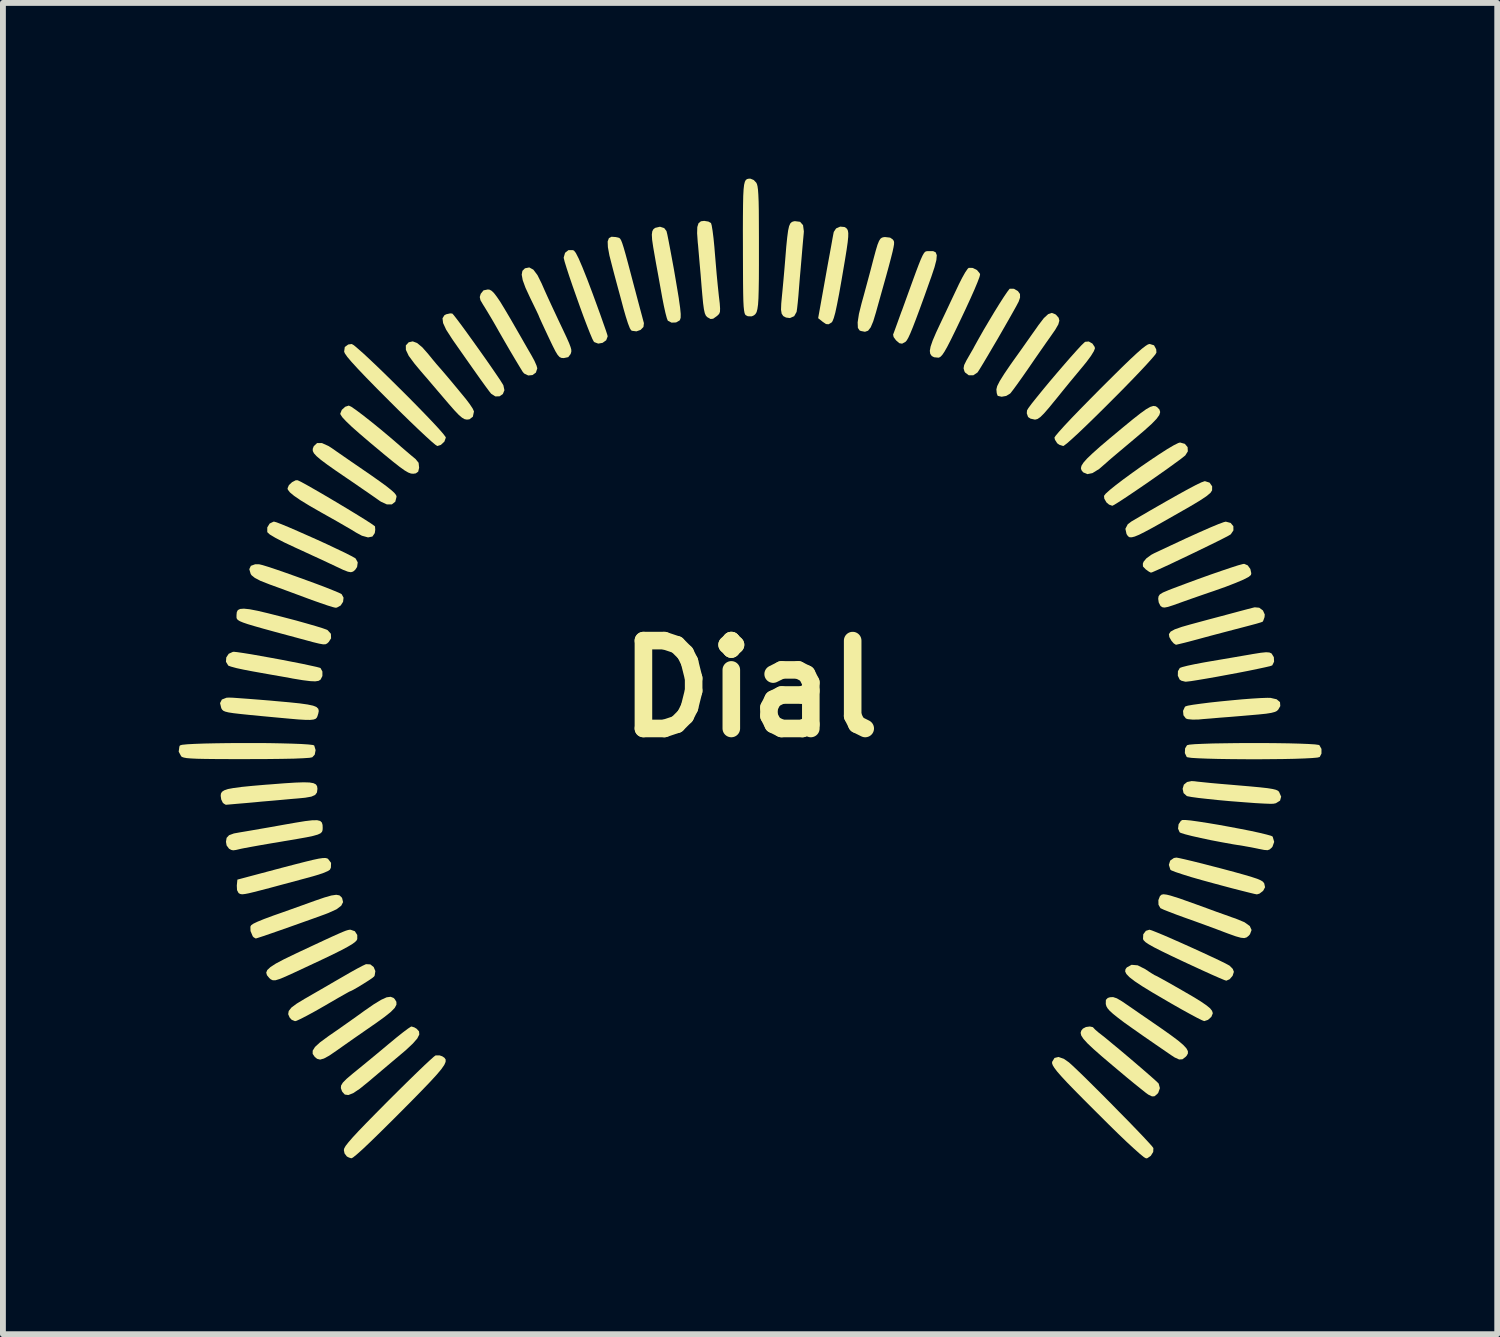
<source format=kicad_pcb>
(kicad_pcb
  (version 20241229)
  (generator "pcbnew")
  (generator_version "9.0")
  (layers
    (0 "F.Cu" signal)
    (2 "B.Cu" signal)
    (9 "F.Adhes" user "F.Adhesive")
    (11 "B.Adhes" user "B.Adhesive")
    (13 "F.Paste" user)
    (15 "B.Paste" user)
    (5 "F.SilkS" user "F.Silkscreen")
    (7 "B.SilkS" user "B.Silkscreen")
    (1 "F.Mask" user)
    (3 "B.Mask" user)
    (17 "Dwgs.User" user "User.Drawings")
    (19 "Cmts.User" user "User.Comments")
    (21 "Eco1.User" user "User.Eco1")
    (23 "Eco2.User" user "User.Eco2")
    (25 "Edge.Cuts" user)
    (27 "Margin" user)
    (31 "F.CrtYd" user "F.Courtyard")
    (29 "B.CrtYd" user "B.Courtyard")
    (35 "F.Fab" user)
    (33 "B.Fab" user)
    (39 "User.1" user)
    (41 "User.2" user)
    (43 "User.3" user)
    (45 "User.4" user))
  (footprint "Dial"
    (layer "F.Cu")
    (at 9.754 8.706)
    (property "Reference" "Dial" (at 0 0 0) (layer "F.SilkS") (effects (font (size 1.5 1.5) (thickness 0.3))))
    (attr board_only exclude_from_pos_files exclude_from_bom)
    (fp_poly (pts (xy 7.842 -3.518) (xy 7.886 -3.455) (xy 7.885 -3.386) (xy 7.857 -3.343) (xy 7.787 -3.285) (xy 7.672 -3.209) (xy 7.506 -3.11) (xy 7.501 -3.107) (xy 7.245 -2.961) (xy 7.036 -2.842) (xy 6.868 -2.748) (xy 6.737 -2.678) (xy 6.638 -2.628) (xy 6.565 -2.598) (xy 6.514 -2.585) (xy 6.479 -2.585) (xy 6.455 -2.599) (xy 6.436 -2.622) (xy 6.424 -2.643) (xy 6.405 -2.73) (xy 6.445 -2.807) (xy 6.508 -2.855) (xy 6.821 -3.038) (xy 7.086 -3.19) (xy 7.304 -3.313) (xy 7.478 -3.409) (xy 7.609 -3.478) (xy 7.7 -3.522) (xy 7.753 -3.541) (xy 7.763 -3.543)) (stroke (width 0) (type solid)) (fill yes) (layer "F.SilkS"))
    (fp_poly (pts (xy -7.219 2.896) (xy -7.205 2.904) (xy -7.153 2.972) (xy -7.156 3.054) (xy -7.173 3.089) (xy -7.212 3.114) (xy -7.295 3.149) (xy -7.407 3.185) (xy -7.465 3.202) (xy -7.76 3.282) (xy -8.003 3.347) (xy -8.199 3.4) (xy -8.353 3.44) (xy -8.47 3.47) (xy -8.557 3.491) (xy -8.619 3.503) (xy -8.661 3.508) (xy -8.688 3.507) (xy -8.706 3.502) (xy -8.721 3.494) (xy -8.732 3.487) (xy -8.758 3.438) (xy -8.762 3.36) (xy -8.752 3.258) (xy -8.008 3.06) (xy -7.778 3) (xy -7.598 2.954) (xy -7.463 2.921) (xy -7.364 2.9) (xy -7.295 2.89) (xy -7.249 2.889)) (stroke (width 0) (type solid)) (fill yes) (layer "F.SilkS"))
    (fp_poly (pts (xy -5.084 -6.404) (xy -5.059 -6.377) (xy -5.006 -6.309) (xy -4.93 -6.208) (xy -4.838 -6.082) (xy -4.736 -5.94) (xy -4.628 -5.789) (xy -4.521 -5.638) (xy -4.422 -5.496) (xy -4.335 -5.369) (xy -4.266 -5.267) (xy -4.222 -5.197) (xy -4.212 -5.179) (xy -4.194 -5.096) (xy -4.221 -5.03) (xy -4.278 -4.991) (xy -4.35 -4.99) (xy -4.421 -5.036) (xy -4.456 -5.08) (xy -4.518 -5.164) (xy -4.609 -5.29) (xy -4.73 -5.461) (xy -4.882 -5.677) (xy -5.067 -5.941) (xy -5.093 -5.98) (xy -5.189 -6.129) (xy -5.241 -6.242) (xy -5.251 -6.323) (xy -5.219 -6.375) (xy -5.187 -6.392) (xy -5.12 -6.407)) (stroke (width 0) (type solid)) (fill yes) (layer "F.SilkS"))
    (fp_poly (pts (xy 1.611 -7.881) (xy 1.637 -7.866) (xy 1.656 -7.846) (xy 1.669 -7.818) (xy 1.675 -7.776) (xy 1.674 -7.713) (xy 1.665 -7.622) (xy 1.647 -7.495) (xy 1.62 -7.327) (xy 1.583 -7.109) (xy 1.561 -6.98) (xy 1.519 -6.742) (xy 1.483 -6.557) (xy 1.454 -6.421) (xy 1.428 -6.328) (xy 1.406 -6.273) (xy 1.391 -6.252) (xy 1.338 -6.221) (xy 1.294 -6.225) (xy 1.233 -6.267) (xy 1.23 -6.27) (xy 1.161 -6.325) (xy 1.287 -7.028) (xy 1.323 -7.23) (xy 1.357 -7.414) (xy 1.386 -7.573) (xy 1.408 -7.697) (xy 1.423 -7.776) (xy 1.428 -7.798) (xy 1.467 -7.857) (xy 1.537 -7.888)) (stroke (width 0) (type solid)) (fill yes) (layer "F.SilkS"))
    (fp_poly (pts (xy 8.202 -2.83) (xy 8.248 -2.774) (xy 8.249 -2.703) (xy 8.204 -2.636) (xy 8.166 -2.613) (xy 8.084 -2.57) (xy 7.967 -2.511) (xy 7.824 -2.441) (xy 7.664 -2.363) (xy 7.496 -2.282) (xy 7.33 -2.203) (xy 7.174 -2.129) (xy 7.038 -2.066) (xy 6.931 -2.018) (xy 6.862 -1.988) (xy 6.84 -1.982) (xy 6.806 -1.999) (xy 6.752 -2.038) (xy 6.705 -2.087) (xy 6.703 -2.135) (xy 6.716 -2.169) (xy 6.764 -2.226) (xy 6.848 -2.287) (xy 6.895 -2.312) (xy 7.191 -2.451) (xy 7.452 -2.573) (xy 7.676 -2.674) (xy 7.858 -2.754) (xy 7.995 -2.811) (xy 8.085 -2.844) (xy 8.119 -2.852)) (stroke (width 0) (type solid)) (fill yes) (layer "F.SilkS"))
    (fp_poly (pts (xy -3.026 -7.486) (xy -3.006 -7.478) (xy -2.975 -7.438) (xy -2.927 -7.344) (xy -2.863 -7.195) (xy -2.781 -6.99) (xy -2.69 -6.749) (xy -2.619 -6.555) (xy -2.555 -6.379) (xy -2.502 -6.228) (xy -2.461 -6.112) (xy -2.437 -6.038) (xy -2.432 -6.014) (xy -2.457 -5.948) (xy -2.519 -5.904) (xy -2.593 -5.891) (xy -2.659 -5.916) (xy -2.669 -5.926) (xy -2.693 -5.971) (xy -2.732 -6.063) (xy -2.783 -6.192) (xy -2.842 -6.347) (xy -2.905 -6.52) (xy -2.969 -6.7) (xy -3.031 -6.876) (xy -3.087 -7.04) (xy -3.133 -7.181) (xy -3.166 -7.288) (xy -3.182 -7.353) (xy -3.182 -7.362) (xy -3.159 -7.441) (xy -3.101 -7.487)) (stroke (width 0) (type solid)) (fill yes) (layer "F.SilkS"))
    (fp_poly (pts (xy 7.42 -4.18) (xy 7.467 -4.124) (xy 7.471 -4.052) (xy 7.427 -3.982) (xy 7.423 -3.979) (xy 7.354 -3.924) (xy 7.25 -3.848) (xy 7.122 -3.755) (xy 6.977 -3.653) (xy 6.823 -3.545) (xy 6.669 -3.439) (xy 6.523 -3.34) (xy 6.393 -3.253) (xy 6.287 -3.184) (xy 6.214 -3.139) (xy 6.182 -3.123) (xy 6.126 -3.143) (xy 6.082 -3.18) (xy 6.045 -3.244) (xy 6.04 -3.292) (xy 6.068 -3.329) (xy 6.139 -3.393) (xy 6.243 -3.477) (xy 6.373 -3.576) (xy 6.521 -3.684) (xy 6.678 -3.796) (xy 6.835 -3.904) (xy 6.985 -4.004) (xy 7.119 -4.09) (xy 7.229 -4.155) (xy 7.307 -4.194) (xy 7.338 -4.203)) (stroke (width 0) (type solid)) (fill yes) (layer "F.SilkS"))
    (fp_poly (pts (xy -7.667 -3.532) (xy -7.575 -3.482) (xy -7.452 -3.412) (xy -7.308 -3.329) (xy -7.15 -3.236) (xy -6.989 -3.14) (xy -6.831 -3.045) (xy -6.687 -2.957) (xy -6.563 -2.88) (xy -6.47 -2.82) (xy -6.415 -2.781) (xy -6.403 -2.771) (xy -6.399 -2.713) (xy -6.407 -2.657) (xy -6.447 -2.598) (xy -6.522 -2.583) (xy -6.627 -2.612) (xy -6.727 -2.666) (xy -6.798 -2.71) (xy -6.91 -2.775) (xy -7.05 -2.856) (xy -7.206 -2.944) (xy -7.311 -3.003) (xy -7.517 -3.121) (xy -7.674 -3.217) (xy -7.785 -3.293) (xy -7.856 -3.352) (xy -7.891 -3.398) (xy -7.896 -3.421) (xy -7.873 -3.475) (xy -7.819 -3.526) (xy -7.757 -3.558) (xy -7.722 -3.558)) (stroke (width 0) (type solid)) (fill yes) (layer "F.SilkS"))
    (fp_poly (pts (xy -6.087 5.277) (xy -6.066 5.298) (xy -6.038 5.344) (xy -6.037 5.392) (xy -6.066 5.447) (xy -6.132 5.515) (xy -6.238 5.6) (xy -6.39 5.71) (xy -6.444 5.747) (xy -6.601 5.856) (xy -6.761 5.967) (xy -6.909 6.071) (xy -7.028 6.155) (xy -7.059 6.177) (xy -7.185 6.263) (xy -7.275 6.312) (xy -7.34 6.33) (xy -7.391 6.317) (xy -7.43 6.286) (xy -7.467 6.233) (xy -7.467 6.178) (xy -7.427 6.114) (xy -7.341 6.035) (xy -7.206 5.936) (xy -7.191 5.925) (xy -7.056 5.832) (xy -6.894 5.718) (xy -6.726 5.599) (xy -6.583 5.496) (xy -6.421 5.384) (xy -6.297 5.309) (xy -6.205 5.267) (xy -6.137 5.258)) (stroke (width 0) (type solid)) (fill yes) (layer "F.SilkS"))
    (fp_poly (pts (xy -7.308 -4.193) (xy -7.195 -4.142) (xy -7.139 -4.106) (xy -7.059 -4.05) (xy -6.945 -3.971) (xy -6.812 -3.879) (xy -6.675 -3.785) (xy -6.474 -3.647) (xy -6.318 -3.537) (xy -6.202 -3.452) (xy -6.121 -3.387) (xy -6.07 -3.34) (xy -6.043 -3.305) (xy -6.035 -3.279) (xy -6.057 -3.192) (xy -6.115 -3.147) (xy -6.2 -3.146) (xy -6.302 -3.193) (xy -6.322 -3.206) (xy -6.387 -3.252) (xy -6.489 -3.323) (xy -6.62 -3.413) (xy -6.766 -3.514) (xy -6.872 -3.586) (xy -7.067 -3.719) (xy -7.216 -3.824) (xy -7.326 -3.906) (xy -7.4 -3.969) (xy -7.445 -4.018) (xy -7.465 -4.058) (xy -7.466 -4.094) (xy -7.452 -4.132) (xy -7.446 -4.143) (xy -7.391 -4.194)) (stroke (width 0) (type solid)) (fill yes) (layer "F.SilkS"))
    (fp_poly (pts (xy -7.01 3.527) (xy -6.975 3.558) (xy -6.964 3.575) (xy -6.948 3.642) (xy -6.98 3.704) (xy -7.061 3.765) (xy -7.198 3.827) (xy -7.252 3.848) (xy -7.448 3.919) (xy -7.647 3.99) (xy -7.841 4.059) (xy -8.02 4.122) (xy -8.178 4.177) (xy -8.306 4.221) (xy -8.395 4.25) (xy -8.437 4.263) (xy -8.439 4.263) (xy -8.474 4.243) (xy -8.49 4.226) (xy -8.528 4.136) (xy -8.53 4.061) (xy -8.518 4.038) (xy -8.479 4.01) (xy -8.408 3.976) (xy -8.298 3.931) (xy -8.142 3.873) (xy -8.016 3.829) (xy -7.853 3.771) (xy -7.666 3.704) (xy -7.488 3.64) (xy -7.433 3.62) (xy -7.267 3.563) (xy -7.148 3.529) (xy -7.065 3.517)) (stroke (width 0) (type solid)) (fill yes) (layer "F.SilkS"))
    (fp_poly (pts (xy -6.809 -4.814) (xy -6.729 -4.759) (xy -6.617 -4.675) (xy -6.478 -4.566) (xy -6.32 -4.438) (xy -6.148 -4.294) (xy -5.969 -4.14) (xy -5.962 -4.133) (xy -5.866 -4.051) (xy -5.779 -3.977) (xy -5.717 -3.926) (xy -5.712 -3.922) (xy -5.659 -3.857) (xy -5.65 -3.772) (xy -5.666 -3.705) (xy -5.707 -3.676) (xy -5.75 -3.67) (xy -5.789 -3.673) (xy -5.837 -3.691) (xy -5.9 -3.728) (xy -5.986 -3.79) (xy -6.103 -3.882) (xy -6.258 -4.009) (xy -6.26 -4.011) (xy -6.484 -4.198) (xy -6.663 -4.351) (xy -6.801 -4.473) (xy -6.899 -4.567) (xy -6.962 -4.635) (xy -6.992 -4.681) (xy -6.996 -4.696) (xy -6.97 -4.76) (xy -6.912 -4.813) (xy -6.851 -4.833)) (stroke (width 0) (type solid)) (fill yes) (layer "F.SilkS"))
    (fp_poly (pts (xy -5.73 5.781) (xy -5.692 5.804) (xy -5.652 5.848) (xy -5.647 5.901) (xy -5.681 5.969) (xy -5.757 6.056) (xy -5.877 6.169) (xy -5.96 6.239) (xy -6.106 6.362) (xy -6.267 6.498) (xy -6.422 6.629) (xy -6.521 6.713) (xy -6.666 6.83) (xy -6.776 6.903) (xy -6.858 6.935) (xy -6.918 6.927) (xy -6.96 6.882) (xy -6.969 6.864) (xy -6.986 6.816) (xy -6.982 6.772) (xy -6.952 6.723) (xy -6.89 6.66) (xy -6.789 6.574) (xy -6.725 6.522) (xy -6.616 6.433) (xy -6.477 6.319) (xy -6.326 6.194) (xy -6.179 6.071) (xy -6.157 6.053) (xy -6.035 5.952) (xy -5.927 5.866) (xy -5.843 5.803) (xy -5.791 5.769) (xy -5.78 5.765)) (stroke (width 0) (type solid)) (fill yes) (layer "F.SilkS"))
    (fp_poly (pts (xy 6.856 4.125) (xy 6.942 4.159) (xy 7.063 4.209) (xy 7.21 4.273) (xy 7.373 4.345) (xy 7.544 4.422) (xy 7.713 4.499) (xy 7.87 4.572) (xy 8.006 4.636) (xy 8.112 4.688) (xy 8.178 4.724) (xy 8.186 4.729) (xy 8.238 4.782) (xy 8.257 4.832) (xy 8.235 4.9) (xy 8.185 4.958) (xy 8.128 4.983) (xy 8.127 4.983) (xy 8.091 4.971) (xy 8.008 4.936) (xy 7.887 4.883) (xy 7.735 4.814) (xy 7.559 4.733) (xy 7.408 4.663) (xy 7.19 4.56) (xy 7.021 4.478) (xy 6.895 4.414) (xy 6.806 4.364) (xy 6.749 4.326) (xy 6.718 4.295) (xy 6.706 4.273) (xy 6.71 4.191) (xy 6.755 4.132) (xy 6.816 4.113)) (stroke (width 0) (type solid)) (fill yes) (layer "F.SilkS"))
    (fp_poly (pts (xy 6.922 -4.822) (xy 6.949 -4.805) (xy 6.986 -4.766) (xy 6.999 -4.723) (xy 6.984 -4.672) (xy 6.937 -4.607) (xy 6.855 -4.522) (xy 6.732 -4.411) (xy 6.568 -4.272) (xy 6.429 -4.155) (xy 6.304 -4.05) (xy 6.201 -3.963) (xy 6.128 -3.901) (xy 6.095 -3.871) (xy 5.957 -3.751) (xy 5.845 -3.682) (xy 5.756 -3.663) (xy 5.686 -3.693) (xy 5.68 -3.699) (xy 5.655 -3.731) (xy 5.646 -3.765) (xy 5.656 -3.807) (xy 5.689 -3.859) (xy 5.75 -3.928) (xy 5.842 -4.016) (xy 5.968 -4.129) (xy 6.134 -4.27) (xy 6.342 -4.443) (xy 6.366 -4.463) (xy 6.533 -4.6) (xy 6.662 -4.701) (xy 6.759 -4.771) (xy 6.83 -4.811) (xy 6.882 -4.827)) (stroke (width 0) (type solid)) (fill yes) (layer "F.SilkS"))
    (fp_poly (pts (xy 8.883 0.156) (xy 8.987 0.18) (xy 9.044 0.228) (xy 9.049 0.296) (xy 9.013 0.358) (xy 8.989 0.38) (xy 8.952 0.397) (xy 8.895 0.412) (xy 8.807 0.426) (xy 8.681 0.439) (xy 8.509 0.454) (xy 8.392 0.464) (xy 8.2 0.48) (xy 8.017 0.494) (xy 7.856 0.508) (xy 7.729 0.518) (xy 7.656 0.525) (xy 7.554 0.527) (xy 7.47 0.519) (xy 7.438 0.508) (xy 7.396 0.453) (xy 7.389 0.378) (xy 7.42 0.311) (xy 7.429 0.302) (xy 7.47 0.289) (xy 7.561 0.273) (xy 7.692 0.255) (xy 7.851 0.235) (xy 8.028 0.216) (xy 8.213 0.198) (xy 8.396 0.181) (xy 8.566 0.168) (xy 8.713 0.159) (xy 8.827 0.155)) (stroke (width 0) (type solid)) (fill yes) (layer "F.SilkS"))
    (fp_poly (pts (xy -8.756 -0.625) (xy -8.653 -0.61) (xy -8.515 -0.588) (xy -8.352 -0.559) (xy -8.173 -0.527) (xy -7.989 -0.493) (xy -7.81 -0.458) (xy -7.646 -0.426) (xy -7.507 -0.396) (xy -7.402 -0.373) (xy -7.342 -0.357) (xy -7.333 -0.353) (xy -7.301 -0.294) (xy -7.301 -0.217) (xy -7.332 -0.156) (xy -7.366 -0.135) (xy -7.423 -0.126) (xy -7.51 -0.13) (xy -7.637 -0.146) (xy -7.813 -0.175) (xy -7.836 -0.18) (xy -7.986 -0.207) (xy -8.17 -0.239) (xy -8.361 -0.273) (xy -8.495 -0.297) (xy -8.641 -0.325) (xy -8.767 -0.352) (xy -8.859 -0.377) (xy -8.907 -0.394) (xy -8.908 -0.396) (xy -8.947 -0.46) (xy -8.942 -0.534) (xy -8.9 -0.597) (xy -8.83 -0.629) (xy -8.813 -0.631)) (stroke (width 0) (type solid)) (fill yes) (layer "F.SilkS"))
    (fp_poly (pts (xy -8.378 -2.124) (xy -8.321 -2.11) (xy -8.22 -2.079) (xy -8.085 -2.034) (xy -7.926 -1.979) (xy -7.752 -1.917) (xy -7.575 -1.853) (xy -7.403 -1.79) (xy -7.247 -1.731) (xy -7.117 -1.679) (xy -7.023 -1.64) (xy -6.975 -1.616) (xy -6.973 -1.615) (xy -6.94 -1.555) (xy -6.948 -1.484) (xy -6.989 -1.421) (xy -7.054 -1.385) (xy -7.08 -1.383) (xy -7.125 -1.394) (xy -7.215 -1.422) (xy -7.338 -1.464) (xy -7.482 -1.515) (xy -7.536 -1.535) (xy -7.711 -1.6) (xy -7.895 -1.668) (xy -8.066 -1.731) (xy -8.204 -1.781) (xy -8.211 -1.784) (xy -8.357 -1.841) (xy -8.453 -1.891) (xy -8.51 -1.937) (xy -8.525 -1.959) (xy -8.549 -2.041) (xy -8.522 -2.098) (xy -8.448 -2.125)) (stroke (width 0) (type solid)) (fill yes) (layer "F.SilkS"))
    (fp_poly (pts (xy -8.082 -2.84) (xy -7.994 -2.806) (xy -7.871 -2.755) (xy -7.721 -2.69) (xy -7.556 -2.617) (xy -7.383 -2.54) (xy -7.213 -2.462) (xy -7.055 -2.387) (xy -6.918 -2.322) (xy -6.812 -2.268) (xy -6.747 -2.232) (xy -6.733 -2.222) (xy -6.698 -2.157) (xy -6.709 -2.078) (xy -6.742 -2.029) (xy -6.777 -2) (xy -6.814 -1.989) (xy -6.866 -1.998) (xy -6.946 -2.029) (xy -7.067 -2.086) (xy -7.071 -2.088) (xy -7.171 -2.135) (xy -7.311 -2.201) (xy -7.477 -2.277) (xy -7.652 -2.358) (xy -7.753 -2.404) (xy -7.953 -2.498) (xy -8.102 -2.575) (xy -8.199 -2.633) (xy -8.241 -2.672) (xy -8.242 -2.674) (xy -8.242 -2.754) (xy -8.201 -2.82) (xy -8.135 -2.852) (xy -8.125 -2.852)) (stroke (width 0) (type solid)) (fill yes) (layer "F.SilkS"))
    (fp_poly (pts (xy -6.765 -5.864) (xy -6.695 -5.805) (xy -6.594 -5.716) (xy -6.47 -5.6) (xy -6.327 -5.464) (xy -6.173 -5.314) (xy -6.012 -5.155) (xy -5.85 -4.994) (xy -5.694 -4.836) (xy -5.55 -4.688) (xy -5.422 -4.554) (xy -5.317 -4.441) (xy -5.241 -4.354) (xy -5.2 -4.3) (xy -5.194 -4.287) (xy -5.219 -4.218) (xy -5.279 -4.162) (xy -5.339 -4.143) (xy -5.372 -4.164) (xy -5.441 -4.222) (xy -5.542 -4.314) (xy -5.67 -4.434) (xy -5.82 -4.578) (xy -5.987 -4.741) (xy -6.155 -4.908) (xy -6.377 -5.131) (xy -6.557 -5.315) (xy -6.698 -5.463) (xy -6.804 -5.579) (xy -6.876 -5.664) (xy -6.917 -5.723) (xy -6.93 -5.753) (xy -6.919 -5.833) (xy -6.86 -5.876) (xy -6.8 -5.884)) (stroke (width 0) (type solid)) (fill yes) (layer "F.SilkS"))
    (fp_poly (pts (xy -4.446 -6.811) (xy -4.412 -6.792) (xy -4.374 -6.756) (xy -4.327 -6.695) (xy -4.266 -6.606) (xy -4.19 -6.481) (xy -4.093 -6.317) (xy -3.972 -6.107) (xy -3.922 -6.02) (xy -3.858 -5.908) (xy -3.784 -5.779) (xy -3.735 -5.695) (xy -3.682 -5.598) (xy -3.646 -5.516) (xy -3.633 -5.469) (xy -3.657 -5.396) (xy -3.715 -5.354) (xy -3.788 -5.347) (xy -3.858 -5.381) (xy -3.884 -5.412) (xy -3.937 -5.499) (xy -4.012 -5.624) (xy -4.101 -5.774) (xy -4.195 -5.936) (xy -4.287 -6.096) (xy -4.337 -6.185) (xy -4.41 -6.311) (xy -4.481 -6.43) (xy -4.539 -6.525) (xy -4.557 -6.553) (xy -4.603 -6.631) (xy -4.615 -6.686) (xy -4.599 -6.741) (xy -4.551 -6.8) (xy -4.477 -6.815)) (stroke (width 0) (type solid)) (fill yes) (layer "F.SilkS"))
    (fp_poly (pts (xy 0.852 -7.97) (xy 0.903 -7.913) (xy 0.917 -7.807) (xy 0.914 -7.766) (xy 0.906 -7.679) (xy 0.894 -7.545) (xy 0.88 -7.379) (xy 0.864 -7.192) (xy 0.847 -6.999) (xy 0.832 -6.812) (xy 0.824 -6.71) (xy 0.813 -6.594) (xy 0.802 -6.494) (xy 0.793 -6.433) (xy 0.752 -6.359) (xy 0.679 -6.327) (xy 0.612 -6.336) (xy 0.565 -6.361) (xy 0.538 -6.402) (xy 0.527 -6.469) (xy 0.531 -6.575) (xy 0.541 -6.683) (xy 0.553 -6.806) (xy 0.568 -6.968) (xy 0.584 -7.149) (xy 0.599 -7.328) (xy 0.6 -7.341) (xy 0.617 -7.55) (xy 0.633 -7.707) (xy 0.648 -7.82) (xy 0.665 -7.896) (xy 0.686 -7.943) (xy 0.713 -7.968) (xy 0.748 -7.979) (xy 0.765 -7.981)) (stroke (width 0) (type solid)) (fill yes) (layer "F.SilkS"))
    (fp_poly (pts (xy 3.799 -7.183) (xy 3.871 -7.147) (xy 3.918 -7.092) (xy 3.925 -7.07) (xy 3.914 -7.027) (xy 3.881 -6.939) (xy 3.828 -6.812) (xy 3.759 -6.657) (xy 3.677 -6.479) (xy 3.609 -6.335) (xy 3.508 -6.124) (xy 3.428 -5.961) (xy 3.366 -5.84) (xy 3.318 -5.755) (xy 3.281 -5.7) (xy 3.251 -5.668) (xy 3.225 -5.653) (xy 3.212 -5.651) (xy 3.14 -5.658) (xy 3.1 -5.679) (xy 3.074 -5.717) (xy 3.067 -5.768) (xy 3.08 -5.84) (xy 3.115 -5.942) (xy 3.175 -6.082) (xy 3.246 -6.234) (xy 3.327 -6.404) (xy 3.412 -6.585) (xy 3.492 -6.754) (xy 3.557 -6.891) (xy 3.558 -6.894) (xy 3.617 -7.011) (xy 3.671 -7.107) (xy 3.713 -7.168) (xy 3.731 -7.184)) (stroke (width 0) (type solid)) (fill yes) (layer "F.SilkS"))
    (fp_poly (pts (xy 5.842 -5.892) (xy 5.881 -5.834) (xy 5.885 -5.808) (xy 5.866 -5.76) (xy 5.816 -5.679) (xy 5.742 -5.579) (xy 5.682 -5.505) (xy 5.583 -5.386) (xy 5.461 -5.239) (xy 5.333 -5.082) (xy 5.213 -4.933) (xy 5.209 -4.929) (xy 5.097 -4.792) (xy 5.014 -4.697) (xy 4.952 -4.636) (xy 4.905 -4.604) (xy 4.865 -4.594) (xy 4.86 -4.594) (xy 4.786 -4.61) (xy 4.744 -4.638) (xy 4.722 -4.701) (xy 4.726 -4.751) (xy 4.749 -4.79) (xy 4.806 -4.867) (xy 4.89 -4.972) (xy 4.993 -5.099) (xy 5.109 -5.239) (xy 5.232 -5.384) (xy 5.354 -5.526) (xy 5.469 -5.658) (xy 5.571 -5.772) (xy 5.651 -5.859) (xy 5.705 -5.911) (xy 5.719 -5.922) (xy 5.78 -5.927)) (stroke (width 0) (type solid)) (fill yes) (layer "F.SilkS"))
    (fp_poly (pts (xy 6.259 5.284) (xy 6.346 5.335) (xy 6.405 5.375) (xy 6.526 5.458) (xy 6.666 5.555) (xy 6.797 5.645) (xy 6.8 5.647) (xy 7.013 5.794) (xy 7.18 5.912) (xy 7.306 6.006) (xy 7.393 6.08) (xy 7.447 6.139) (xy 7.472 6.186) (xy 7.472 6.226) (xy 7.451 6.264) (xy 7.43 6.286) (xy 7.378 6.325) (xy 7.322 6.328) (xy 7.247 6.294) (xy 7.187 6.255) (xy 6.922 6.073) (xy 6.702 5.921) (xy 6.524 5.796) (xy 6.382 5.695) (xy 6.274 5.613) (xy 6.193 5.548) (xy 6.137 5.497) (xy 6.101 5.455) (xy 6.081 5.42) (xy 6.072 5.388) (xy 6.07 5.38) (xy 6.072 5.311) (xy 6.104 5.278) (xy 6.141 5.266) (xy 6.195 5.263)) (stroke (width 0) (type solid)) (fill yes) (layer "F.SilkS"))
    (fp_poly (pts (xy 7.113 3.515) (xy 7.202 3.539) (xy 7.329 3.579) (xy 7.5 3.64) (xy 7.615 3.681) (xy 7.794 3.746) (xy 7.962 3.808) (xy 8.109 3.86) (xy 8.222 3.901) (xy 8.287 3.923) (xy 8.437 3.985) (xy 8.528 4.05) (xy 8.559 4.118) (xy 8.532 4.19) (xy 8.51 4.216) (xy 8.475 4.244) (xy 8.434 4.256) (xy 8.376 4.25) (xy 8.289 4.226) (xy 8.163 4.181) (xy 8.091 4.154) (xy 7.954 4.102) (xy 7.783 4.039) (xy 7.599 3.972) (xy 7.431 3.912) (xy 7.285 3.859) (xy 7.159 3.811) (xy 7.063 3.773) (xy 7.009 3.748) (xy 7.003 3.745) (xy 6.97 3.687) (xy 6.968 3.608) (xy 6.995 3.539) (xy 7.022 3.515) (xy 7.056 3.508)) (stroke (width 0) (type solid)) (fill yes) (layer "F.SilkS"))
    (fp_poly (pts (xy 7.321 2.89) (xy 7.415 2.911) (xy 7.55 2.943) (xy 7.715 2.984) (xy 7.904 3.033) (xy 8.04 3.068) (xy 8.264 3.128) (xy 8.436 3.176) (xy 8.564 3.214) (xy 8.655 3.244) (xy 8.715 3.27) (xy 8.752 3.293) (xy 8.771 3.317) (xy 8.775 3.323) (xy 8.789 3.388) (xy 8.758 3.446) (xy 8.752 3.453) (xy 8.694 3.497) (xy 8.65 3.51) (xy 8.608 3.502) (xy 8.517 3.48) (xy 8.386 3.447) (xy 8.222 3.405) (xy 8.035 3.355) (xy 7.901 3.319) (xy 7.704 3.265) (xy 7.526 3.214) (xy 7.376 3.167) (xy 7.262 3.129) (xy 7.191 3.101) (xy 7.173 3.089) (xy 7.147 3.006) (xy 7.17 2.933) (xy 7.233 2.889) (xy 7.277 2.882)) (stroke (width 0) (type solid)) (fill yes) (layer "F.SilkS"))
    (fp_poly (pts (xy 7.524 2.249) (xy 7.658 2.268) (xy 7.819 2.293) (xy 7.998 2.323) (xy 8.184 2.357) (xy 8.369 2.392) (xy 8.542 2.426) (xy 8.693 2.459) (xy 8.813 2.488) (xy 8.892 2.51) (xy 8.919 2.524) (xy 8.945 2.614) (xy 8.915 2.698) (xy 8.9 2.715) (xy 8.866 2.744) (xy 8.83 2.756) (xy 8.772 2.751) (xy 8.675 2.732) (xy 8.662 2.729) (xy 8.553 2.707) (xy 8.446 2.688) (xy 8.437 2.686) (xy 8.249 2.656) (xy 8.055 2.621) (xy 7.866 2.585) (xy 7.692 2.548) (xy 7.541 2.514) (xy 7.424 2.484) (xy 7.351 2.461) (xy 7.331 2.45) (xy 7.304 2.388) (xy 7.313 2.313) (xy 7.352 2.255) (xy 7.378 2.24) (xy 7.428 2.24)) (stroke (width 0) (type solid)) (fill yes) (layer "F.SilkS"))
    (fp_poly (pts (xy 7.585 1.579) (xy 7.63 1.585) (xy 7.726 1.595) (xy 7.863 1.609) (xy 8.031 1.624) (xy 8.222 1.64) (xy 8.314 1.648) (xy 8.536 1.667) (xy 8.706 1.683) (xy 8.831 1.697) (xy 8.918 1.711) (xy 8.975 1.725) (xy 9.009 1.741) (xy 9.027 1.758) (xy 9.064 1.842) (xy 9.045 1.91) (xy 8.974 1.954) (xy 8.931 1.963) (xy 8.875 1.964) (xy 8.77 1.96) (xy 8.625 1.952) (xy 8.451 1.939) (xy 8.258 1.924) (xy 8.181 1.918) (xy 7.985 1.9) (xy 7.805 1.881) (xy 7.652 1.864) (xy 7.536 1.848) (xy 7.466 1.835) (xy 7.453 1.831) (xy 7.398 1.781) (xy 7.382 1.708) (xy 7.403 1.637) (xy 7.458 1.592) (xy 7.535 1.576)) (stroke (width 0) (type solid)) (fill yes) (layer "F.SilkS"))
    (fp_poly (pts (xy 8.493 -2.106) (xy 8.538 -2.044) (xy 8.554 -1.971) (xy 8.548 -1.942) (xy 8.511 -1.91) (xy 8.423 -1.864) (xy 8.289 -1.807) (xy 8.116 -1.74) (xy 7.91 -1.667) (xy 7.821 -1.637) (xy 7.688 -1.591) (xy 7.53 -1.536) (xy 7.378 -1.482) (xy 7.356 -1.474) (xy 7.222 -1.426) (xy 7.132 -1.397) (xy 7.075 -1.386) (xy 7.039 -1.39) (xy 7.012 -1.407) (xy 7.002 -1.417) (xy 6.974 -1.473) (xy 6.965 -1.535) (xy 6.971 -1.577) (xy 6.993 -1.61) (xy 7.045 -1.642) (xy 7.137 -1.681) (xy 7.198 -1.705) (xy 7.424 -1.79) (xy 7.646 -1.872) (xy 7.855 -1.947) (xy 8.043 -2.012) (xy 8.203 -2.066) (xy 8.327 -2.106) (xy 8.408 -2.128) (xy 8.433 -2.132)) (stroke (width 0) (type solid)) (fill yes) (layer "F.SilkS"))
    (fp_poly (pts (xy 8.69 -1.383) (xy 8.753 -1.336) (xy 8.784 -1.267) (xy 8.78 -1.222) (xy 8.76 -1.166) (xy 8.749 -1.145) (xy 8.718 -1.133) (xy 8.641 -1.11) (xy 8.529 -1.08) (xy 8.415 -1.05) (xy 8.254 -1.008) (xy 8.06 -0.957) (xy 7.859 -0.904) (xy 7.693 -0.859) (xy 7.545 -0.819) (xy 7.419 -0.786) (xy 7.323 -0.763) (xy 7.272 -0.751) (xy 7.267 -0.751) (xy 7.231 -0.773) (xy 7.192 -0.817) (xy 7.155 -0.882) (xy 7.148 -0.932) (xy 7.177 -0.975) (xy 7.248 -1.014) (xy 7.368 -1.056) (xy 7.508 -1.096) (xy 7.663 -1.138) (xy 7.837 -1.185) (xy 8.018 -1.233) (xy 8.194 -1.28) (xy 8.354 -1.323) (xy 8.486 -1.358) (xy 8.579 -1.382) (xy 8.612 -1.39)) (stroke (width 0) (type solid)) (fill yes) (layer "F.SilkS"))
    (fp_poly (pts (xy -8.545 -1.357) (xy -8.41 -1.331) (xy -8.232 -1.289) (xy -8.003 -1.231) (xy -7.946 -1.216) (xy -7.751 -1.165) (xy -7.573 -1.115) (xy -7.42 -1.071) (xy -7.303 -1.035) (xy -7.23 -1.009) (xy -7.213 -1.001) (xy -7.156 -0.938) (xy -7.153 -0.86) (xy -7.193 -0.798) (xy -7.22 -0.773) (xy -7.248 -0.759) (xy -7.29 -0.758) (xy -7.357 -0.77) (xy -7.46 -0.795) (xy -7.581 -0.828) (xy -7.874 -0.907) (xy -8.115 -0.972) (xy -8.308 -1.025) (xy -8.459 -1.068) (xy -8.573 -1.102) (xy -8.655 -1.13) (xy -8.71 -1.153) (xy -8.744 -1.174) (xy -8.761 -1.194) (xy -8.767 -1.214) (xy -8.767 -1.238) (xy -8.767 -1.26) (xy -8.762 -1.308) (xy -8.744 -1.343) (xy -8.705 -1.362) (xy -8.641 -1.367)) (stroke (width 0) (type solid)) (fill yes) (layer "F.SilkS"))
    (fp_poly (pts (xy -6.747 4.139) (xy -6.706 4.203) (xy -6.706 4.273) (xy -6.718 4.297) (xy -6.746 4.325) (xy -6.794 4.36) (xy -6.867 4.403) (xy -6.971 4.459) (xy -7.109 4.528) (xy -7.288 4.614) (xy -7.512 4.719) (xy -7.786 4.847) (xy -7.786 4.847) (xy -7.931 4.913) (xy -8.033 4.955) (xy -8.102 4.976) (xy -8.148 4.976) (xy -8.183 4.96) (xy -8.209 4.937) (xy -8.247 4.89) (xy -8.26 4.846) (xy -8.242 4.801) (xy -8.188 4.751) (xy -8.096 4.691) (xy -7.958 4.618) (xy -7.772 4.528) (xy -7.69 4.489) (xy -7.459 4.381) (xy -7.277 4.296) (xy -7.136 4.231) (xy -7.031 4.184) (xy -6.955 4.151) (xy -6.902 4.13) (xy -6.866 4.119) (xy -6.84 4.114) (xy -6.821 4.113)) (stroke (width 0) (type solid)) (fill yes) (layer "F.SilkS"))
    (fp_poly (pts (xy -2.296 -7.71) (xy -2.271 -7.705) (xy -2.25 -7.7) (xy -2.233 -7.694) (xy -2.217 -7.679) (xy -2.201 -7.651) (xy -2.182 -7.602) (xy -2.158 -7.527) (xy -2.127 -7.419) (xy -2.087 -7.272) (xy -2.036 -7.079) (xy -1.972 -6.836) (xy -1.966 -6.815) (xy -1.921 -6.644) (xy -1.88 -6.49) (xy -1.846 -6.364) (xy -1.823 -6.277) (xy -1.813 -6.241) (xy -1.821 -6.175) (xy -1.87 -6.125) (xy -1.941 -6.1) (xy -2.016 -6.11) (xy -2.032 -6.119) (xy -2.054 -6.155) (xy -2.086 -6.238) (xy -2.123 -6.354) (xy -2.161 -6.486) (xy -2.208 -6.663) (xy -2.264 -6.869) (xy -2.319 -7.074) (xy -2.353 -7.204) (xy -2.402 -7.396) (xy -2.428 -7.537) (xy -2.432 -7.634) (xy -2.411 -7.691) (xy -2.366 -7.715)) (stroke (width 0) (type solid)) (fill yes) (layer "F.SilkS"))
    (fp_poly (pts (xy -1.467 -7.863) (xy -1.428 -7.812) (xy -1.414 -7.755) (xy -1.393 -7.65) (xy -1.366 -7.509) (xy -1.335 -7.343) (xy -1.302 -7.164) (xy -1.271 -6.983) (xy -1.242 -6.811) (xy -1.217 -6.66) (xy -1.217 -6.656) (xy -1.195 -6.502) (xy -1.185 -6.397) (xy -1.186 -6.331) (xy -1.199 -6.293) (xy -1.202 -6.288) (xy -1.264 -6.252) (xy -1.342 -6.249) (xy -1.403 -6.281) (xy -1.405 -6.282) (xy -1.422 -6.325) (xy -1.446 -6.415) (xy -1.473 -6.537) (xy -1.501 -6.679) (xy -1.501 -6.68) (xy -1.534 -6.863) (xy -1.57 -7.063) (xy -1.605 -7.253) (xy -1.623 -7.356) (xy -1.654 -7.534) (xy -1.673 -7.663) (xy -1.678 -7.752) (xy -1.67 -7.809) (xy -1.65 -7.845) (xy -1.62 -7.867) (xy -1.539 -7.886)) (stroke (width 0) (type solid)) (fill yes) (layer "F.SilkS"))
    (fp_poly (pts (xy 2.389 -7.7) (xy 2.432 -7.671) (xy 2.444 -7.656) (xy 2.453 -7.641) (xy 2.457 -7.619) (xy 2.456 -7.585) (xy 2.447 -7.533) (xy 2.431 -7.459) (xy 2.405 -7.356) (xy 2.369 -7.219) (xy 2.321 -7.044) (xy 2.259 -6.823) (xy 2.183 -6.552) (xy 2.148 -6.426) (xy 2.101 -6.271) (xy 2.058 -6.169) (xy 2.013 -6.111) (xy 1.96 -6.093) (xy 1.892 -6.106) (xy 1.869 -6.115) (xy 1.839 -6.159) (xy 1.835 -6.254) (xy 1.857 -6.398) (xy 1.902 -6.579) (xy 1.942 -6.723) (xy 1.989 -6.897) (xy 2.036 -7.071) (xy 2.056 -7.146) (xy 2.106 -7.338) (xy 2.144 -7.479) (xy 2.174 -7.579) (xy 2.2 -7.643) (xy 2.224 -7.681) (xy 2.25 -7.7) (xy 2.281 -7.708) (xy 2.302 -7.71)) (stroke (width 0) (type solid)) (fill yes) (layer "F.SilkS"))
    (fp_poly (pts (xy 4.503 -6.827) (xy 4.571 -6.787) (xy 4.606 -6.738) (xy 4.607 -6.676) (xy 4.584 -6.609) (xy 4.544 -6.533) (xy 4.482 -6.422) (xy 4.405 -6.286) (xy 4.318 -6.134) (xy 4.226 -5.974) (xy 4.134 -5.818) (xy 4.049 -5.673) (xy 3.975 -5.549) (xy 3.919 -5.457) (xy 3.885 -5.404) (xy 3.879 -5.397) (xy 3.808 -5.35) (xy 3.731 -5.351) (xy 3.669 -5.398) (xy 3.658 -5.417) (xy 3.643 -5.469) (xy 3.653 -5.525) (xy 3.692 -5.604) (xy 3.71 -5.635) (xy 3.763 -5.728) (xy 3.809 -5.807) (xy 3.826 -5.84) (xy 3.901 -5.975) (xy 3.986 -6.125) (xy 4.078 -6.28) (xy 4.169 -6.432) (xy 4.255 -6.571) (xy 4.33 -6.688) (xy 4.389 -6.775) (xy 4.425 -6.822) (xy 4.432 -6.828)) (stroke (width 0) (type solid)) (fill yes) (layer "F.SilkS"))
    (fp_poly (pts (xy 5.209 -6.392) (xy 5.226 -6.378) (xy 5.266 -6.332) (xy 5.278 -6.283) (xy 5.26 -6.218) (xy 5.208 -6.128) (xy 5.133 -6.02) (xy 5.058 -5.914) (xy 4.961 -5.775) (xy 4.854 -5.621) (xy 4.749 -5.468) (xy 4.736 -5.449) (xy 4.643 -5.316) (xy 4.559 -5.198) (xy 4.49 -5.104) (xy 4.445 -5.046) (xy 4.436 -5.037) (xy 4.371 -4.998) (xy 4.293 -4.984) (xy 4.231 -4.998) (xy 4.223 -5.004) (xy 4.209 -5.046) (xy 4.203 -5.11) (xy 4.217 -5.166) (xy 4.261 -5.253) (xy 4.338 -5.376) (xy 4.449 -5.539) (xy 4.498 -5.608) (xy 4.608 -5.762) (xy 4.716 -5.915) (xy 4.814 -6.054) (xy 4.892 -6.164) (xy 4.922 -6.207) (xy 5.013 -6.326) (xy 5.087 -6.394) (xy 5.15 -6.415)) (stroke (width 0) (type solid)) (fill yes) (layer "F.SilkS"))
    (fp_poly (pts (xy 6.615 4.721) (xy 6.742 4.785) (xy 6.765 4.8) (xy 6.843 4.852) (xy 6.899 4.886) (xy 6.916 4.894) (xy 6.946 4.908) (xy 7.019 4.948) (xy 7.126 5.007) (xy 7.259 5.083) (xy 7.376 5.15) (xy 7.559 5.256) (xy 7.694 5.339) (xy 7.789 5.404) (xy 7.851 5.455) (xy 7.884 5.497) (xy 7.896 5.534) (xy 7.896 5.543) (xy 7.872 5.601) (xy 7.815 5.652) (xy 7.751 5.673) (xy 7.712 5.658) (xy 7.629 5.617) (xy 7.51 5.553) (xy 7.363 5.472) (xy 7.196 5.377) (xy 7.086 5.313) (xy 6.864 5.183) (xy 6.691 5.077) (xy 6.563 4.992) (xy 6.475 4.924) (xy 6.422 4.869) (xy 6.401 4.825) (xy 6.407 4.786) (xy 6.43 4.756) (xy 6.511 4.712)) (stroke (width 0) (type solid)) (fill yes) (layer "F.SilkS"))
    (fp_poly (pts (xy 8.766 0.927) (xy 8.987 0.929) (xy 9.194 0.932) (xy 9.377 0.937) (xy 9.529 0.943) (xy 9.641 0.95) (xy 9.705 0.959) (xy 9.716 0.963) (xy 9.752 1.027) (xy 9.752 1.107) (xy 9.722 1.165) (xy 9.682 1.175) (xy 9.591 1.183) (xy 9.457 1.19) (xy 9.287 1.196) (xy 9.09 1.2) (xy 8.874 1.202) (xy 8.648 1.204) (xy 8.42 1.203) (xy 8.198 1.201) (xy 7.99 1.198) (xy 7.804 1.193) (xy 7.65 1.187) (xy 7.534 1.18) (xy 7.466 1.17) (xy 7.452 1.165) (xy 7.42 1.098) (xy 7.424 1.018) (xy 7.457 0.964) (xy 7.498 0.954) (xy 7.591 0.946) (xy 7.727 0.94) (xy 7.898 0.934) (xy 8.095 0.931) (xy 8.312 0.928) (xy 8.538 0.927)) (stroke (width 0) (type solid)) (fill yes) (layer "F.SilkS"))
    (fp_poly (pts (xy 8.863 -0.619) (xy 8.898 -0.603) (xy 8.901 -0.601) (xy 8.939 -0.539) (xy 8.943 -0.462) (xy 8.913 -0.401) (xy 8.91 -0.398) (xy 8.872 -0.385) (xy 8.785 -0.365) (xy 8.659 -0.338) (xy 8.504 -0.306) (xy 8.33 -0.272) (xy 8.147 -0.238) (xy 7.964 -0.204) (xy 7.793 -0.174) (xy 7.644 -0.149) (xy 7.525 -0.13) (xy 7.447 -0.121) (xy 7.429 -0.12) (xy 7.361 -0.137) (xy 7.332 -0.156) (xy 7.3 -0.222) (xy 7.302 -0.3) (xy 7.334 -0.355) (xy 7.375 -0.37) (xy 7.465 -0.393) (xy 7.592 -0.42) (xy 7.745 -0.449) (xy 7.837 -0.465) (xy 8.025 -0.497) (xy 8.219 -0.53) (xy 8.399 -0.561) (xy 8.545 -0.586) (xy 8.578 -0.592) (xy 8.716 -0.614) (xy 8.806 -0.623)) (stroke (width 0) (type solid)) (fill yes) (layer "F.SilkS"))
    (fp_poly (pts (xy -8.831 0.153) (xy -8.72 0.161) (xy -8.569 0.172) (xy -8.39 0.186) (xy -8.192 0.202) (xy -8.107 0.21) (xy -7.871 0.231) (xy -7.688 0.25) (xy -7.553 0.269) (xy -7.459 0.289) (xy -7.401 0.313) (xy -7.371 0.343) (xy -7.363 0.38) (xy -7.372 0.426) (xy -7.375 0.434) (xy -7.385 0.468) (xy -7.398 0.495) (xy -7.418 0.514) (xy -7.454 0.526) (xy -7.511 0.532) (xy -7.595 0.531) (xy -7.714 0.524) (xy -7.874 0.51) (xy -8.081 0.491) (xy -8.316 0.469) (xy -8.534 0.448) (xy -8.699 0.431) (xy -8.82 0.417) (xy -8.904 0.404) (xy -8.96 0.39) (xy -8.993 0.375) (xy -9.013 0.356) (xy -9.027 0.332) (xy -9.048 0.245) (xy -9.017 0.184) (xy -8.937 0.153) (xy -8.893 0.151)) (stroke (width 0) (type solid)) (fill yes) (layer "F.SilkS"))
    (fp_poly (pts (xy -8.448 0.927) (xy -8.224 0.928) (xy -8.013 0.932) (xy -7.824 0.937) (xy -7.664 0.943) (xy -7.541 0.951) (xy -7.464 0.96) (xy -7.441 0.968) (xy -7.417 1.047) (xy -7.432 1.125) (xy -7.474 1.17) (xy -7.522 1.179) (xy -7.627 1.186) (xy -7.786 1.193) (xy -7.997 1.197) (xy -8.257 1.2) (xy -8.563 1.201) (xy -8.598 1.201) (xy -8.883 1.201) (xy -9.114 1.2) (xy -9.297 1.198) (xy -9.438 1.195) (xy -9.542 1.19) (xy -9.616 1.184) (xy -9.665 1.175) (xy -9.695 1.165) (xy -9.711 1.154) (xy -9.754 1.074) (xy -9.742 0.986) (xy -9.733 0.968) (xy -9.697 0.957) (xy -9.609 0.948) (xy -9.478 0.941) (xy -9.31 0.935) (xy -9.116 0.931) (xy -8.902 0.928) (xy -8.676 0.927)) (stroke (width 0) (type solid)) (fill yes) (layer "F.SilkS"))
    (fp_poly (pts (xy -7.521 1.6) (xy -7.453 1.612) (xy -7.412 1.633) (xy -7.392 1.663) (xy -7.386 1.704) (xy -7.386 1.711) (xy -7.394 1.771) (xy -7.425 1.813) (xy -7.488 1.841) (xy -7.594 1.86) (xy -7.716 1.872) (xy -7.826 1.881) (xy -7.979 1.895) (xy -8.158 1.911) (xy -8.347 1.927) (xy -8.437 1.936) (xy -8.603 1.951) (xy -8.747 1.963) (xy -8.86 1.973) (xy -8.93 1.979) (xy -8.949 1.981) (xy -8.981 1.963) (xy -9.001 1.946) (xy -9.028 1.89) (xy -9.037 1.828) (xy -9.033 1.79) (xy -9.015 1.759) (xy -8.977 1.734) (xy -8.913 1.712) (xy -8.816 1.694) (xy -8.681 1.676) (xy -8.5 1.658) (xy -8.267 1.638) (xy -8.196 1.633) (xy -7.954 1.614) (xy -7.765 1.602) (xy -7.623 1.597)) (stroke (width 0) (type solid)) (fill yes) (layer "F.SilkS"))
    (fp_poly (pts (xy 5.849 5.776) (xy 5.86 5.787) (xy 5.887 5.816) (xy 5.948 5.869) (xy 6.005 5.913) (xy 6.079 5.972) (xy 6.18 6.056) (xy 6.301 6.156) (xy 6.433 6.267) (xy 6.567 6.381) (xy 6.694 6.49) (xy 6.807 6.588) (xy 6.897 6.667) (xy 6.955 6.721) (xy 6.973 6.739) (xy 6.994 6.817) (xy 6.966 6.897) (xy 6.948 6.918) (xy 6.902 6.956) (xy 6.859 6.958) (xy 6.795 6.927) (xy 6.755 6.898) (xy 6.676 6.835) (xy 6.565 6.746) (xy 6.431 6.636) (xy 6.281 6.51) (xy 6.188 6.432) (xy 6.003 6.275) (xy 5.861 6.15) (xy 5.758 6.053) (xy 5.69 5.978) (xy 5.652 5.92) (xy 5.641 5.874) (xy 5.652 5.836) (xy 5.68 5.801) (xy 5.732 5.774) (xy 5.798 5.765)) (stroke (width 0) (type solid)) (fill yes) (layer "F.SilkS"))
    (fp_poly (pts (xy -7.338 2.257) (xy -7.31 2.284) (xy -7.298 2.325) (xy -7.296 2.376) (xy -7.298 2.413) (xy -7.308 2.443) (xy -7.334 2.468) (xy -7.382 2.49) (xy -7.46 2.512) (xy -7.574 2.536) (xy -7.732 2.564) (xy -7.94 2.599) (xy -8.003 2.61) (xy -8.189 2.641) (xy -8.363 2.671) (xy -8.513 2.698) (xy -8.627 2.719) (xy -8.692 2.732) (xy -8.777 2.752) (xy -8.824 2.758) (xy -8.857 2.751) (xy -8.895 2.73) (xy -8.936 2.675) (xy -8.947 2.612) (xy -8.936 2.545) (xy -8.894 2.5) (xy -8.812 2.47) (xy -8.707 2.451) (xy -8.635 2.439) (xy -8.517 2.419) (xy -8.362 2.392) (xy -8.183 2.361) (xy -7.993 2.327) (xy -7.977 2.324) (xy -7.76 2.286) (xy -7.594 2.259) (xy -7.473 2.245) (xy -7.39 2.244)) (stroke (width 0) (type solid)) (fill yes) (layer "F.SilkS"))
    (fp_poly (pts (xy -0.712 -7.974) (xy -0.668 -7.949) (xy -0.656 -7.907) (xy -0.641 -7.817) (xy -0.625 -7.689) (xy -0.61 -7.537) (xy -0.604 -7.461) (xy -0.588 -7.271) (xy -0.571 -7.071) (xy -0.553 -6.885) (xy -0.537 -6.733) (xy -0.535 -6.713) (xy -0.519 -6.578) (xy -0.513 -6.489) (xy -0.515 -6.433) (xy -0.529 -6.399) (xy -0.555 -6.372) (xy -0.569 -6.36) (xy -0.631 -6.316) (xy -0.675 -6.311) (xy -0.729 -6.341) (xy -0.735 -6.346) (xy -0.756 -6.369) (xy -0.774 -6.41) (xy -0.789 -6.478) (xy -0.803 -6.581) (xy -0.817 -6.728) (xy -0.83 -6.879) (xy -0.845 -7.068) (xy -0.862 -7.258) (xy -0.877 -7.432) (xy -0.889 -7.571) (xy -0.894 -7.617) (xy -0.905 -7.774) (xy -0.902 -7.881) (xy -0.881 -7.946) (xy -0.84 -7.979) (xy -0.785 -7.986)) (stroke (width 0) (type solid)) (fill yes) (layer "F.SilkS"))
    (fp_poly (pts (xy 3.123 -7.47) (xy 3.167 -7.449) (xy 3.186 -7.4) (xy 3.179 -7.318) (xy 3.147 -7.195) (xy 3.09 -7.024) (xy 3.078 -6.992) (xy 2.979 -6.713) (xy 2.896 -6.485) (xy 2.829 -6.305) (xy 2.775 -6.165) (xy 2.733 -6.063) (xy 2.7 -5.992) (xy 2.674 -5.947) (xy 2.654 -5.923) (xy 2.652 -5.922) (xy 2.594 -5.89) (xy 2.547 -5.898) (xy 2.49 -5.947) (xy 2.449 -6.003) (xy 2.44 -6.045) (xy 2.455 -6.084) (xy 2.486 -6.169) (xy 2.529 -6.288) (xy 2.58 -6.429) (xy 2.596 -6.47) (xy 2.691 -6.733) (xy 2.768 -6.945) (xy 2.829 -7.112) (xy 2.877 -7.239) (xy 2.914 -7.331) (xy 2.943 -7.394) (xy 2.966 -7.434) (xy 2.985 -7.457) (xy 3.004 -7.466) (xy 3.024 -7.469) (xy 3.049 -7.47) (xy 3.053 -7.47)) (stroke (width 0) (type solid)) (fill yes) (layer "F.SilkS"))
    (fp_poly (pts (xy 6.894 -5.862) (xy 6.931 -5.794) (xy 6.935 -5.738) (xy 6.915 -5.704) (xy 6.856 -5.634) (xy 6.766 -5.534) (xy 6.651 -5.411) (xy 6.515 -5.269) (xy 6.365 -5.115) (xy 6.206 -4.955) (xy 6.045 -4.794) (xy 5.888 -4.639) (xy 5.74 -4.495) (xy 5.607 -4.368) (xy 5.494 -4.264) (xy 5.409 -4.189) (xy 5.356 -4.149) (xy 5.344 -4.143) (xy 5.278 -4.164) (xy 5.241 -4.19) (xy 5.203 -4.25) (xy 5.194 -4.287) (xy 5.215 -4.319) (xy 5.273 -4.388) (xy 5.365 -4.49) (xy 5.485 -4.618) (xy 5.63 -4.768) (xy 5.793 -4.934) (xy 5.968 -5.111) (xy 6.179 -5.321) (xy 6.352 -5.492) (xy 6.492 -5.627) (xy 6.602 -5.729) (xy 6.685 -5.802) (xy 6.747 -5.85) (xy 6.79 -5.877) (xy 6.82 -5.885) (xy 6.82 -5.885)) (stroke (width 0) (type solid)) (fill yes) (layer "F.SilkS"))
    (fp_poly (pts (xy -6.483 4.705) (xy -6.426 4.75) (xy -6.397 4.819) (xy -6.409 4.895) (xy -6.418 4.911) (xy -6.45 4.938) (xy -6.517 4.983) (xy -6.604 5.038) (xy -6.694 5.093) (xy -6.771 5.137) (xy -6.821 5.162) (xy -6.829 5.164) (xy -6.856 5.178) (xy -6.927 5.218) (xy -7.033 5.278) (xy -7.164 5.354) (xy -7.276 5.419) (xy -7.425 5.504) (xy -7.559 5.577) (xy -7.667 5.633) (xy -7.741 5.667) (xy -7.768 5.674) (xy -7.825 5.651) (xy -7.86 5.613) (xy -7.885 5.555) (xy -7.876 5.5) (xy -7.83 5.442) (xy -7.74 5.375) (xy -7.6 5.29) (xy -7.587 5.283) (xy -7.447 5.202) (xy -7.277 5.104) (xy -7.102 5.002) (xy -6.965 4.923) (xy -6.832 4.846) (xy -6.712 4.779) (xy -6.617 4.729) (xy -6.561 4.703) (xy -6.556 4.701)) (stroke (width 0) (type solid)) (fill yes) (layer "F.SilkS"))
    (fp_poly (pts (xy -5.301 6.258) (xy -5.255 6.274) (xy -5.218 6.299) (xy -5.197 6.329) (xy -5.198 6.369) (xy -5.221 6.422) (xy -5.272 6.495) (xy -5.352 6.59) (xy -5.466 6.714) (xy -5.616 6.87) (xy -5.805 7.063) (xy -5.817 7.075) (xy -6.075 7.334) (xy -6.293 7.55) (xy -6.471 7.724) (xy -6.611 7.857) (xy -6.714 7.949) (xy -6.78 8.002) (xy -6.808 8.015) (xy -6.85 8.001) (xy -6.883 7.984) (xy -6.923 7.932) (xy -6.935 7.874) (xy -6.928 7.844) (xy -6.903 7.801) (xy -6.856 7.741) (xy -6.785 7.659) (xy -6.686 7.552) (xy -6.554 7.415) (xy -6.386 7.244) (xy -6.179 7.035) (xy -6.178 7.034) (xy -6.001 6.858) (xy -5.836 6.695) (xy -5.688 6.551) (xy -5.562 6.43) (xy -5.463 6.338) (xy -5.397 6.279) (xy -5.368 6.258)) (stroke (width 0) (type solid)) (fill yes) (layer "F.SilkS"))
    (fp_poly (pts (xy 5.355 6.317) (xy 5.441 6.377) (xy 5.503 6.433) (xy 5.596 6.521) (xy 5.714 6.635) (xy 5.849 6.769) (xy 5.997 6.916) (xy 6.151 7.071) (xy 6.304 7.227) (xy 6.452 7.377) (xy 6.587 7.517) (xy 6.704 7.639) (xy 6.796 7.738) (xy 6.858 7.807) (xy 6.883 7.84) (xy 6.883 7.84) (xy 6.88 7.906) (xy 6.839 7.972) (xy 6.78 8.013) (xy 6.758 8.016) (xy 6.722 7.996) (xy 6.651 7.938) (xy 6.549 7.847) (xy 6.422 7.73) (xy 6.276 7.59) (xy 6.121 7.438) (xy 5.887 7.205) (xy 5.692 7.01) (xy 5.533 6.849) (xy 5.407 6.719) (xy 5.311 6.615) (xy 5.241 6.535) (xy 5.194 6.473) (xy 5.166 6.428) (xy 5.154 6.394) (xy 5.154 6.369) (xy 5.155 6.368) (xy 5.195 6.302) (xy 5.263 6.285)) (stroke (width 0) (type solid)) (fill yes) (layer "F.SilkS"))
    (fp_poly (pts (xy -5.684 -5.901) (xy -5.595 -5.827) (xy -5.494 -5.712) (xy -5.42 -5.621) (xy -5.355 -5.543) (xy -5.314 -5.496) (xy -5.314 -5.496) (xy -5.259 -5.433) (xy -5.176 -5.336) (xy -5.077 -5.218) (xy -4.971 -5.09) (xy -4.869 -4.966) (xy -4.853 -4.947) (xy -4.785 -4.857) (xy -4.735 -4.781) (xy -4.714 -4.734) (xy -4.714 -4.732) (xy -4.733 -4.643) (xy -4.791 -4.599) (xy -4.834 -4.594) (xy -4.873 -4.601) (xy -4.917 -4.626) (xy -4.975 -4.676) (xy -5.052 -4.757) (xy -5.156 -4.876) (xy -5.213 -4.943) (xy -5.319 -5.067) (xy -5.412 -5.176) (xy -5.485 -5.262) (xy -5.53 -5.315) (xy -5.54 -5.326) (xy -5.573 -5.364) (xy -5.633 -5.434) (xy -5.708 -5.524) (xy -5.728 -5.548) (xy -5.827 -5.681) (xy -5.876 -5.784) (xy -5.877 -5.86) (xy -5.831 -5.911) (xy -5.826 -5.914) (xy -5.759 -5.929)) (stroke (width 0) (type solid)) (fill yes) (layer "F.SilkS"))
    (fp_poly (pts (xy -3.7 -7.153) (xy -3.63 -7.06) (xy -3.559 -6.917) (xy -3.513 -6.812) (xy -3.449 -6.67) (xy -3.374 -6.508) (xy -3.296 -6.342) (xy -3.279 -6.305) (xy -3.194 -6.126) (xy -3.132 -5.994) (xy -3.09 -5.899) (xy -3.065 -5.833) (xy -3.053 -5.789) (xy -3.052 -5.756) (xy -3.059 -5.729) (xy -3.065 -5.712) (xy -3.105 -5.66) (xy -3.181 -5.644) (xy -3.182 -5.644) (xy -3.221 -5.647) (xy -3.253 -5.662) (xy -3.285 -5.697) (xy -3.324 -5.761) (xy -3.375 -5.862) (xy -3.438 -5.994) (xy -3.5 -6.126) (xy -3.551 -6.236) (xy -3.587 -6.315) (xy -3.603 -6.352) (xy -3.603 -6.353) (xy -3.615 -6.382) (xy -3.649 -6.454) (xy -3.699 -6.557) (xy -3.753 -6.668) (xy -3.834 -6.843) (xy -3.882 -6.974) (xy -3.899 -7.068) (xy -3.887 -7.133) (xy -3.845 -7.175) (xy -3.841 -7.177) (xy -3.77 -7.191)) (stroke (width 0) (type solid)) (fill yes) (layer "F.SilkS"))
    (fp_poly (pts (xy 0.06 -8.684) (xy 0.103 -8.64) (xy 0.116 -8.615) (xy 0.126 -8.576) (xy 0.134 -8.517) (xy 0.14 -8.432) (xy 0.145 -8.314) (xy 0.148 -8.159) (xy 0.149 -7.959) (xy 0.15 -7.709) (xy 0.15 -7.52) (xy 0.15 -7.231) (xy 0.149 -6.996) (xy 0.146 -6.81) (xy 0.142 -6.666) (xy 0.135 -6.558) (xy 0.124 -6.481) (xy 0.11 -6.428) (xy 0.09 -6.395) (xy 0.066 -6.374) (xy 0.036 -6.36) (xy 0.025 -6.356) (xy -0.039 -6.358) (xy -0.073 -6.375) (xy -0.086 -6.389) (xy -0.096 -6.416) (xy -0.104 -6.46) (xy -0.111 -6.527) (xy -0.116 -6.624) (xy -0.119 -6.756) (xy -0.121 -6.929) (xy -0.122 -7.148) (xy -0.123 -7.419) (xy -0.123 -7.533) (xy -0.124 -7.829) (xy -0.123 -8.07) (xy -0.121 -8.263) (xy -0.118 -8.412) (xy -0.112 -8.523) (xy -0.103 -8.602) (xy -0.09 -8.654) (xy -0.073 -8.685) (xy -0.051 -8.7) (xy -0.023 -8.706) (xy 0.006 -8.706)) (stroke (width 0) (type solid)) (fill yes) (layer "F.SilkS")))
  (gr_rect
    (start -3 -3)
    (end 22.506 19.723)
    (stroke (width 0.1) (type default))
    (fill no)
    (layer "Edge.Cuts")))
</source>
